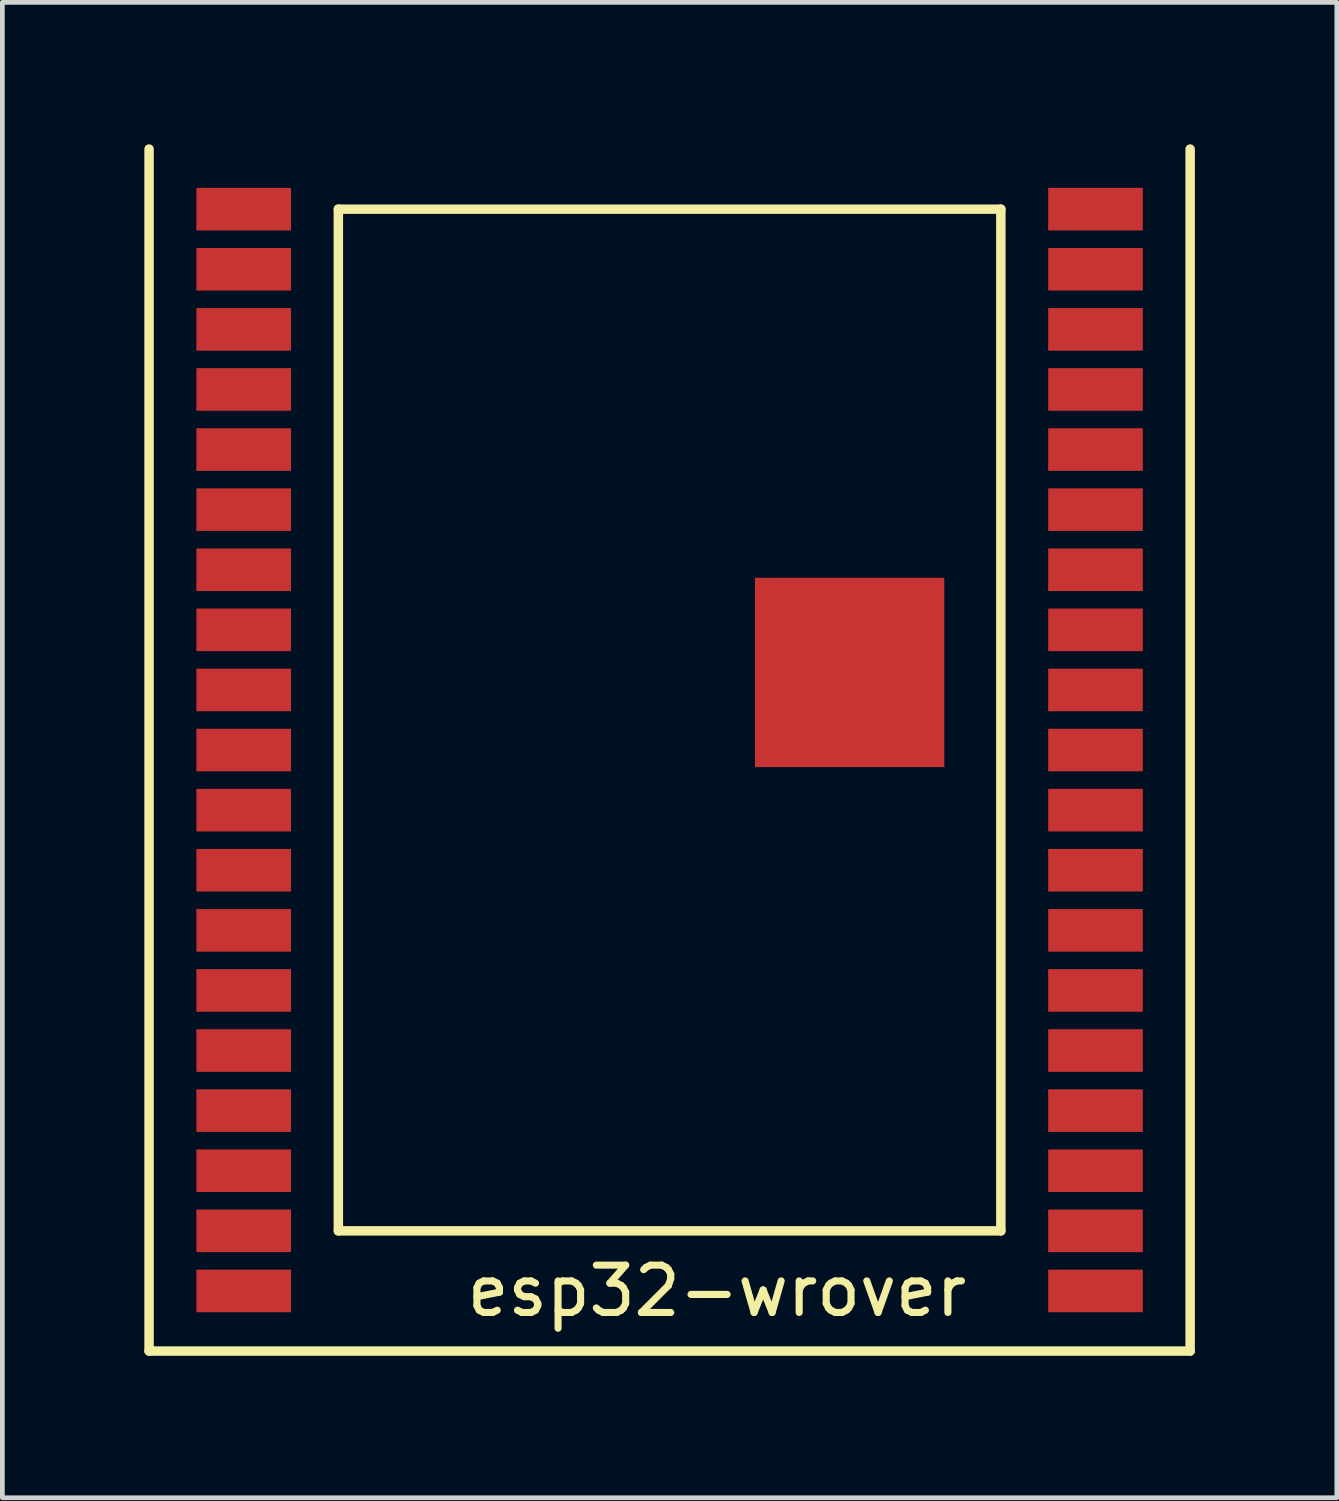
<source format=kicad_pcb>
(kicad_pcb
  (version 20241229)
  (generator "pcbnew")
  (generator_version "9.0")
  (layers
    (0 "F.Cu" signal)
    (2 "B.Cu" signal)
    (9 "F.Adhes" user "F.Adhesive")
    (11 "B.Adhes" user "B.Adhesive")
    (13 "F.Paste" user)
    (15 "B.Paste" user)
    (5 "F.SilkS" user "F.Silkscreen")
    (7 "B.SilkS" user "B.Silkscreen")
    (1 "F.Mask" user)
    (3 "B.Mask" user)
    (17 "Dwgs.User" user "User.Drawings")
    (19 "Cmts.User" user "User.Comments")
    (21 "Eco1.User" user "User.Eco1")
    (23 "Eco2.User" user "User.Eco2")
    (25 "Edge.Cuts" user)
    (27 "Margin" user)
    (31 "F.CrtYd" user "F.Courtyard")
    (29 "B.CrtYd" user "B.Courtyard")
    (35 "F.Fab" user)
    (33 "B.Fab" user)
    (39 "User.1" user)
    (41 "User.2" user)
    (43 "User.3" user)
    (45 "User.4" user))
  (footprint "esp32-wrover"
    (layer "F.Cu")
    (at 2.1 1.37)
    (property "Reference" "esp32-wrover" (at 10 22.86 0) (layer "F.SilkS") (effects (font (size 1 1) (thickness 0.15))))
    (attr through_hole)
    (fp_line (start -2 24.13) (end -2 -1.27) (stroke (width 0.2) (type solid)) (layer "F.SilkS"))
    (fp_line (start 2 0) (end 2 21.59) (stroke (width 0.2) (type solid)) (layer "F.SilkS"))
    (fp_line (start 2 21.59) (end 16 21.59) (stroke (width 0.2) (type solid)) (layer "F.SilkS"))
    (fp_line (start 16 0) (end 2 0) (stroke (width 0.2) (type solid)) (layer "F.SilkS"))
    (fp_line (start 16 21.59) (end 16 0) (stroke (width 0.2) (type solid)) (layer "F.SilkS"))
    (fp_line (start 20 -1.27) (end 20 24.13) (stroke (width 0.2) (type solid)) (layer "F.SilkS"))
    (fp_line (start 20 24.13) (end -2 24.13) (stroke (width 0.2) (type solid)) (layer "F.SilkS"))
    (pad "1" smd rect (at 0 0) (size 2 0.9) (layers "F.Cu" "F.Mask" "F.Paste"))
    (pad "2" smd rect (at 0 1.27) (size 2 0.9) (layers "F.Cu" "F.Mask" "F.Paste"))
    (pad "3" smd rect (at 0 2.54) (size 2 0.9) (layers "F.Cu" "F.Mask" "F.Paste"))
    (pad "4" smd rect (at 0 3.81) (size 2 0.9) (layers "F.Cu" "F.Mask" "F.Paste"))
    (pad "5" smd rect (at 0 5.08) (size 2 0.9) (layers "F.Cu" "F.Mask" "F.Paste"))
    (pad "6" smd rect (at 0 6.35) (size 2 0.9) (layers "F.Cu" "F.Mask" "F.Paste"))
    (pad "7" smd rect (at 0 7.62) (size 2 0.9) (layers "F.Cu" "F.Mask" "F.Paste"))
    (pad "8" smd rect (at 0 8.89) (size 2 0.9) (layers "F.Cu" "F.Mask" "F.Paste"))
    (pad "9" smd rect (at 0 10.16) (size 2 0.9) (layers "F.Cu" "F.Mask" "F.Paste"))
    (pad "10" smd rect (at 0 11.43) (size 2 0.9) (layers "F.Cu" "F.Mask" "F.Paste"))
    (pad "11" smd rect (at 0 12.7) (size 2 0.9) (layers "F.Cu" "F.Mask" "F.Paste"))
    (pad "12" smd rect (at 0 13.97) (size 2 0.9) (layers "F.Cu" "F.Mask" "F.Paste"))
    (pad "13" smd rect (at 0 15.24) (size 2 0.9) (layers "F.Cu" "F.Mask" "F.Paste"))
    (pad "14" smd rect (at 0 16.51) (size 2 0.9) (layers "F.Cu" "F.Mask" "F.Paste"))
    (pad "15" smd rect (at 0 17.78) (size 2 0.9) (layers "F.Cu" "F.Mask" "F.Paste"))
    (pad "16" smd rect (at 0 19.05) (size 2 0.9) (layers "F.Cu" "F.Mask" "F.Paste"))
    (pad "17" smd rect (at 0 20.32) (size 2 0.9) (layers "F.Cu" "F.Mask" "F.Paste"))
    (pad "18" smd rect (at 0 21.59) (size 2 0.9) (layers "F.Cu" "F.Mask" "F.Paste"))
    (pad "19" smd rect (at 0 22.86) (size 2 0.9) (layers "F.Cu" "F.Mask" "F.Paste"))
    (pad "20" smd rect (at 18 22.86) (size 2 0.9) (layers "F.Cu" "F.Mask" "F.Paste"))
    (pad "21" smd rect (at 18 21.59) (size 2 0.9) (layers "F.Cu" "F.Mask" "F.Paste"))
    (pad "22" smd rect (at 18 20.32) (size 2 0.9) (layers "F.Cu" "F.Mask" "F.Paste"))
    (pad "23" smd rect (at 18 19.05) (size 2 0.9) (layers "F.Cu" "F.Mask" "F.Paste"))
    (pad "24" smd rect (at 18 17.78) (size 2 0.9) (layers "F.Cu" "F.Mask" "F.Paste"))
    (pad "25" smd rect (at 18 16.51) (size 2 0.9) (layers "F.Cu" "F.Mask" "F.Paste"))
    (pad "26" smd rect (at 18 15.24) (size 2 0.9) (layers "F.Cu" "F.Mask" "F.Paste"))
    (pad "27" smd rect (at 18 13.97) (size 2 0.9) (layers "F.Cu" "F.Mask" "F.Paste"))
    (pad "28" smd rect (at 18 12.7) (size 2 0.9) (layers "F.Cu" "F.Mask" "F.Paste"))
    (pad "29" smd rect (at 18 11.43) (size 2 0.9) (layers "F.Cu" "F.Mask" "F.Paste"))
    (pad "30" smd rect (at 18 10.16) (size 2 0.9) (layers "F.Cu" "F.Mask" "F.Paste"))
    (pad "31" smd rect (at 18 8.89) (size 2 0.9) (layers "F.Cu" "F.Mask" "F.Paste"))
    (pad "32" smd rect (at 18 7.62) (size 2 0.9) (layers "F.Cu" "F.Mask" "F.Paste"))
    (pad "33" smd rect (at 18 6.35) (size 2 0.9) (layers "F.Cu" "F.Mask" "F.Paste"))
    (pad "34" smd rect (at 18 5.08) (size 2 0.9) (layers "F.Cu" "F.Mask" "F.Paste"))
    (pad "35" smd rect (at 18 3.81) (size 2 0.9) (layers "F.Cu" "F.Mask" "F.Paste"))
    (pad "36" smd rect (at 18 2.54) (size 2 0.9) (layers "F.Cu" "F.Mask" "F.Paste"))
    (pad "37" smd rect (at 18 1.27) (size 2 0.9) (layers "F.Cu" "F.Mask" "F.Paste"))
    (pad "38" smd rect (at 18 0) (size 2 0.9) (layers "F.Cu" "F.Mask" "F.Paste"))
    (pad "39" smd rect (at 12.805 9.79) (size 4 4) (layers "F.Cu" "F.Mask" "F.Paste")))
  (gr_rect
    (start -3 -3)
    (end 25.2 28.6)
    (stroke (width 0.1) (type default))
    (fill no)
    (layer "Edge.Cuts")))
</source>
